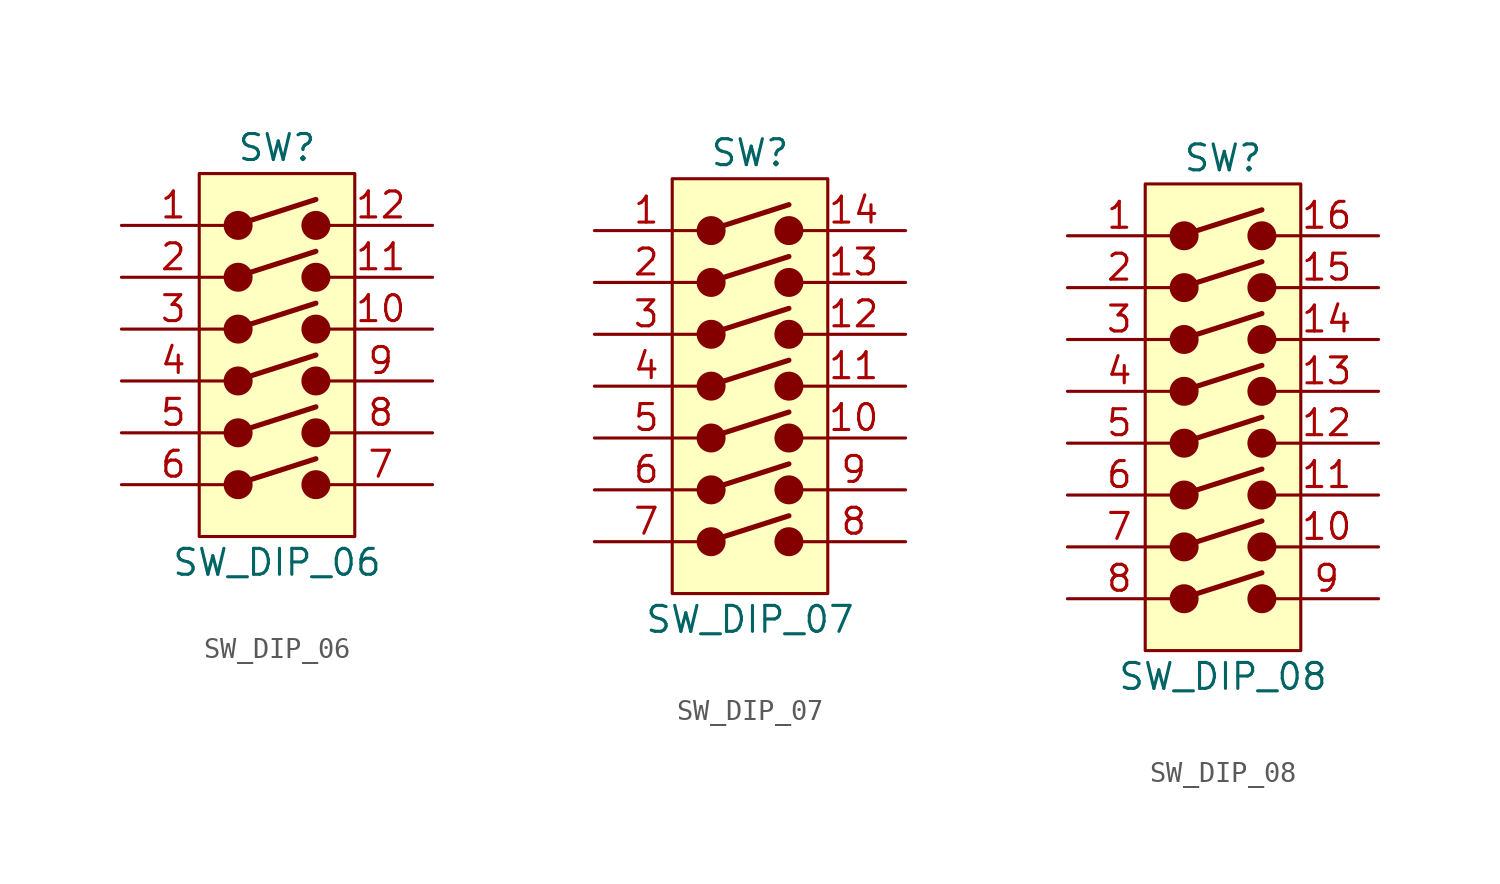
<source format=kicad_sym>
(kicad_symbol_lib
  (version 20220914)
  (generator kicad_symbol_editor)
  (symbol "SW_DIP_06"
    (pin_names
      (offset 0.002) hide)
    (property "Reference" "SW"
      (at 0 8.89 0)
      (effects (font (size 1.27 1.27))))
    (property "Value" "SW_DIP_06"
      (at 0 -11.43 0)
      (effects (font (size 1.27 1.27))))
    (symbol "SW_DIP_06_0_0"
      (circle (center -1.905 -7.62) (radius 0.635) (stroke (width 0) (type default)) (fill (type outline)))
      (circle (center -1.905 -5.08) (radius 0.635) (stroke (width 0) (type default)) (fill (type outline)))
      (circle (center -1.905 -2.54) (radius 0.635) (stroke (width 0) (type default)) (fill (type outline)))
      (circle (center -1.905 0) (radius 0.635) (stroke (width 0) (type default)) (fill (type outline)))
      (circle (center -1.905 2.54) (radius 0.635) (stroke (width 0) (type default)) (fill (type outline)))
      (circle (center -1.905 5.08) (radius 0.635) (stroke (width 0) (type default)) (fill (type outline)))
      (polyline (pts (xy -1.27 -7.366) (xy 1.905 -6.35)) (stroke (width 0.254) (type default)) (fill (type none)))
      (polyline (pts (xy -1.27 -4.826) (xy 1.905 -3.81)) (stroke (width 0.254) (type default)) (fill (type none)))
      (polyline (pts (xy -1.27 -2.286) (xy 1.905 -1.27)) (stroke (width 0.254) (type default)) (fill (type none)))
      (polyline (pts (xy -1.27 0.254) (xy 1.905 1.27)) (stroke (width 0.254) (type default)) (fill (type none)))
      (polyline (pts (xy -1.27 2.794) (xy 1.905 3.81)) (stroke (width 0.254) (type default)) (fill (type none)))
      (polyline (pts (xy -1.27 5.334) (xy 1.905 6.35)) (stroke (width 0.254) (type default)) (fill (type none)))
      (circle (center 1.905 -7.62) (radius 0.635) (stroke (width 0) (type default)) (fill (type outline)))
      (circle (center 1.905 -5.08) (radius 0.635) (stroke (width 0) (type default)) (fill (type outline)))
      (circle (center 1.905 -2.54) (radius 0.635) (stroke (width 0) (type default)) (fill (type outline)))
      (circle (center 1.905 0) (radius 0.635) (stroke (width 0) (type default)) (fill (type outline)))
      (circle (center 1.905 2.54) (radius 0.635) (stroke (width 0) (type default)) (fill (type outline)))
      (circle (center 1.905 5.08) (radius 0.635) (stroke (width 0) (type default)) (fill (type outline))))
    (symbol "SW_DIP_06_0_1"
      (rectangle (start -3.81 7.62) (end 3.81 -10.16) (stroke (width 0.152) (type default)) (fill (type background))))
    (symbol "SW_DIP_06_1_1"
      (pin passive line (at -7.62 5.08 0) (length 5.08) (name "a" (effects (font (size 1.27 1.27)))) (number "1" (effects (font (size 1.27 1.27)))))
      (pin passive line (at 7.62 0 180) (length 5.08) (name "~" (effects (font (size 1.27 1.27)))) (number "10" (effects (font (size 1.27 1.27)))))
      (pin passive line (at 7.62 2.54 180) (length 5.08) (name "~" (effects (font (size 1.27 1.27)))) (number "11" (effects (font (size 1.27 1.27)))))
      (pin passive line (at 7.62 5.08 180) (length 5.08) (name "~" (effects (font (size 1.27 1.27)))) (number "12" (effects (font (size 1.27 1.27)))))
      (pin passive line (at -7.62 2.54 0) (length 5.08) (name "~" (effects (font (size 1.27 1.27)))) (number "2" (effects (font (size 1.27 1.27)))))
      (pin passive line (at -7.62 0 0) (length 5.08) (name "~" (effects (font (size 1.27 1.27)))) (number "3" (effects (font (size 1.27 1.27)))))
      (pin passive line (at -7.62 -2.54 0) (length 5.08) (name "~" (effects (font (size 1.27 1.27)))) (number "4" (effects (font (size 1.27 1.27)))))
      (pin passive line (at -7.62 -5.08 0) (length 5.08) (name "~" (effects (font (size 1.27 1.27)))) (number "5" (effects (font (size 1.27 1.27)))))
      (pin passive line (at -7.62 -7.62 0) (length 5.08) (name "~" (effects (font (size 1.27 1.27)))) (number "6" (effects (font (size 1.27 1.27)))))
      (pin passive line (at 7.62 -7.62 180) (length 5.08) (name "~" (effects (font (size 1.27 1.27)))) (number "7" (effects (font (size 1.27 1.27)))))
      (pin passive line (at 7.62 -5.08 180) (length 5.08) (name "~" (effects (font (size 1.27 1.27)))) (number "8" (effects (font (size 1.27 1.27)))))
      (pin passive line (at 7.62 -2.54 180) (length 5.08) (name "~" (effects (font (size 1.27 1.27)))) (number "9" (effects (font (size 1.27 1.27)))))))
  (symbol "SW_DIP_07"
    (pin_names
      (offset 0.002) hide)
    (property "Reference" "SW"
      (at 0 11.43 0)
      (effects (font (size 1.27 1.27))))
    (property "Value" "SW_DIP_07"
      (at 0 -11.43 0)
      (effects (font (size 1.27 1.27))))
    (symbol "SW_DIP_07_0_0"
      (circle (center -1.905 -7.62) (radius 0.635) (stroke (width 0) (type default)) (fill (type outline)))
      (circle (center -1.905 -5.08) (radius 0.635) (stroke (width 0) (type default)) (fill (type outline)))
      (circle (center -1.905 -2.54) (radius 0.635) (stroke (width 0) (type default)) (fill (type outline)))
      (circle (center -1.905 0) (radius 0.635) (stroke (width 0) (type default)) (fill (type outline)))
      (circle (center -1.905 2.54) (radius 0.635) (stroke (width 0) (type default)) (fill (type outline)))
      (circle (center -1.905 5.08) (radius 0.635) (stroke (width 0) (type default)) (fill (type outline)))
      (circle (center -1.905 7.62) (radius 0.635) (stroke (width 0) (type default)) (fill (type outline)))
      (polyline (pts (xy -1.27 -7.366) (xy 1.905 -6.35)) (stroke (width 0.254) (type default)) (fill (type none)))
      (polyline (pts (xy -1.27 -4.826) (xy 1.905 -3.81)) (stroke (width 0.254) (type default)) (fill (type none)))
      (polyline (pts (xy -1.27 -2.286) (xy 1.905 -1.27)) (stroke (width 0.254) (type default)) (fill (type none)))
      (polyline (pts (xy -1.27 0.254) (xy 1.905 1.27)) (stroke (width 0.254) (type default)) (fill (type none)))
      (polyline (pts (xy -1.27 2.794) (xy 1.905 3.81)) (stroke (width 0.254) (type default)) (fill (type none)))
      (polyline (pts (xy -1.27 5.334) (xy 1.905 6.35)) (stroke (width 0.254) (type default)) (fill (type none)))
      (polyline (pts (xy -1.27 7.874) (xy 1.905 8.89)) (stroke (width 0.254) (type default)) (fill (type none)))
      (circle (center 1.905 -7.62) (radius 0.635) (stroke (width 0) (type default)) (fill (type outline)))
      (circle (center 1.905 -5.08) (radius 0.635) (stroke (width 0) (type default)) (fill (type outline)))
      (circle (center 1.905 -2.54) (radius 0.635) (stroke (width 0) (type default)) (fill (type outline)))
      (circle (center 1.905 0) (radius 0.635) (stroke (width 0) (type default)) (fill (type outline)))
      (circle (center 1.905 2.54) (radius 0.635) (stroke (width 0) (type default)) (fill (type outline)))
      (circle (center 1.905 5.08) (radius 0.635) (stroke (width 0) (type default)) (fill (type outline)))
      (circle (center 1.905 7.62) (radius 0.635) (stroke (width 0) (type default)) (fill (type outline))))
    (symbol "SW_DIP_07_0_1"
      (rectangle (start -3.81 10.16) (end 3.81 -10.16) (stroke (width 0.152) (type default)) (fill (type background))))
    (symbol "SW_DIP_07_1_1"
      (pin passive line (at -7.62 7.62 0) (length 5.08) (name "a" (effects (font (size 1.27 1.27)))) (number "1" (effects (font (size 1.27 1.27)))))
      (pin passive line (at 7.62 -2.54 180) (length 5.08) (name "~" (effects (font (size 1.27 1.27)))) (number "10" (effects (font (size 1.27 1.27)))))
      (pin passive line (at 7.62 0 180) (length 5.08) (name "~" (effects (font (size 1.27 1.27)))) (number "11" (effects (font (size 1.27 1.27)))))
      (pin passive line (at 7.62 2.54 180) (length 5.08) (name "~" (effects (font (size 1.27 1.27)))) (number "12" (effects (font (size 1.27 1.27)))))
      (pin passive line (at 7.62 5.08 180) (length 5.08) (name "~" (effects (font (size 1.27 1.27)))) (number "13" (effects (font (size 1.27 1.27)))))
      (pin passive line (at 7.62 7.62 180) (length 5.08) (name "~" (effects (font (size 1.27 1.27)))) (number "14" (effects (font (size 1.27 1.27)))))
      (pin passive line (at -7.62 5.08 0) (length 5.08) (name "~" (effects (font (size 1.27 1.27)))) (number "2" (effects (font (size 1.27 1.27)))))
      (pin passive line (at -7.62 2.54 0) (length 5.08) (name "~" (effects (font (size 1.27 1.27)))) (number "3" (effects (font (size 1.27 1.27)))))
      (pin passive line (at -7.62 0 0) (length 5.08) (name "~" (effects (font (size 1.27 1.27)))) (number "4" (effects (font (size 1.27 1.27)))))
      (pin passive line (at -7.62 -2.54 0) (length 5.08) (name "~" (effects (font (size 1.27 1.27)))) (number "5" (effects (font (size 1.27 1.27)))))
      (pin passive line (at -7.62 -5.08 0) (length 5.08) (name "~" (effects (font (size 1.27 1.27)))) (number "6" (effects (font (size 1.27 1.27)))))
      (pin passive line (at -7.62 -7.62 0) (length 5.08) (name "~" (effects (font (size 1.27 1.27)))) (number "7" (effects (font (size 1.27 1.27)))))
      (pin passive line (at 7.62 -7.62 180) (length 5.08) (name "~" (effects (font (size 1.27 1.27)))) (number "8" (effects (font (size 1.27 1.27)))))
      (pin passive line (at 7.62 -5.08 180) (length 5.08) (name "~" (effects (font (size 1.27 1.27)))) (number "9" (effects (font (size 1.27 1.27)))))))
  (symbol "SW_DIP_08"
    (pin_names
      (offset 0.002) hide)
    (property "Reference" "SW"
      (at 0 11.43 0)
      (effects (font (size 1.27 1.27))))
    (property "Value" "SW_DIP_08"
      (at 0 -13.97 0)
      (effects (font (size 1.27 1.27))))
    (symbol "SW_DIP_08_0_0"
      (circle (center -1.905 -10.16) (radius 0.635) (stroke (width 0) (type default)) (fill (type outline)))
      (circle (center -1.905 -7.62) (radius 0.635) (stroke (width 0) (type default)) (fill (type outline)))
      (circle (center -1.905 -5.08) (radius 0.635) (stroke (width 0) (type default)) (fill (type outline)))
      (circle (center -1.905 -2.54) (radius 0.635) (stroke (width 0) (type default)) (fill (type outline)))
      (circle (center -1.905 0) (radius 0.635) (stroke (width 0) (type default)) (fill (type outline)))
      (circle (center -1.905 2.54) (radius 0.635) (stroke (width 0) (type default)) (fill (type outline)))
      (circle (center -1.905 5.08) (radius 0.635) (stroke (width 0) (type default)) (fill (type outline)))
      (circle (center -1.905 7.62) (radius 0.635) (stroke (width 0) (type default)) (fill (type outline)))
      (polyline (pts (xy -1.27 -9.906) (xy 1.905 -8.89)) (stroke (width 0.254) (type default)) (fill (type none)))
      (polyline (pts (xy -1.27 -7.366) (xy 1.905 -6.35)) (stroke (width 0.254) (type default)) (fill (type none)))
      (polyline (pts (xy -1.27 -4.826) (xy 1.905 -3.81)) (stroke (width 0.254) (type default)) (fill (type none)))
      (polyline (pts (xy -1.27 -2.286) (xy 1.905 -1.27)) (stroke (width 0.254) (type default)) (fill (type none)))
      (polyline (pts (xy -1.27 0.254) (xy 1.905 1.27)) (stroke (width 0.254) (type default)) (fill (type none)))
      (polyline (pts (xy -1.27 2.794) (xy 1.905 3.81)) (stroke (width 0.254) (type default)) (fill (type none)))
      (polyline (pts (xy -1.27 5.334) (xy 1.905 6.35)) (stroke (width 0.254) (type default)) (fill (type none)))
      (polyline (pts (xy -1.27 7.874) (xy 1.905 8.89)) (stroke (width 0.254) (type default)) (fill (type none)))
      (circle (center 1.905 -10.16) (radius 0.635) (stroke (width 0) (type default)) (fill (type outline)))
      (circle (center 1.905 -7.62) (radius 0.635) (stroke (width 0) (type default)) (fill (type outline)))
      (circle (center 1.905 -5.08) (radius 0.635) (stroke (width 0) (type default)) (fill (type outline)))
      (circle (center 1.905 -2.54) (radius 0.635) (stroke (width 0) (type default)) (fill (type outline)))
      (circle (center 1.905 0) (radius 0.635) (stroke (width 0) (type default)) (fill (type outline)))
      (circle (center 1.905 2.54) (radius 0.635) (stroke (width 0) (type default)) (fill (type outline)))
      (circle (center 1.905 5.08) (radius 0.635) (stroke (width 0) (type default)) (fill (type outline)))
      (circle (center 1.905 7.62) (radius 0.635) (stroke (width 0) (type default)) (fill (type outline))))
    (symbol "SW_DIP_08_0_1"
      (rectangle (start -3.81 10.16) (end 3.81 -12.7) (stroke (width 0.152) (type default)) (fill (type background))))
    (symbol "SW_DIP_08_1_1"
      (pin passive line (at -7.62 7.62 0) (length 5.08) (name "a" (effects (font (size 1.27 1.27)))) (number "1" (effects (font (size 1.27 1.27)))))
      (pin passive line (at 7.62 -7.62 180) (length 5.08) (name "~" (effects (font (size 1.27 1.27)))) (number "10" (effects (font (size 1.27 1.27)))))
      (pin passive line (at 7.62 -5.08 180) (length 5.08) (name "~" (effects (font (size 1.27 1.27)))) (number "11" (effects (font (size 1.27 1.27)))))
      (pin passive line (at 7.62 -2.54 180) (length 5.08) (name "~" (effects (font (size 1.27 1.27)))) (number "12" (effects (font (size 1.27 1.27)))))
      (pin passive line (at 7.62 0 180) (length 5.08) (name "~" (effects (font (size 1.27 1.27)))) (number "13" (effects (font (size 1.27 1.27)))))
      (pin passive line (at 7.62 2.54 180) (length 5.08) (name "~" (effects (font (size 1.27 1.27)))) (number "14" (effects (font (size 1.27 1.27)))))
      (pin passive line (at 7.62 5.08 180) (length 5.08) (name "~" (effects (font (size 1.27 1.27)))) (number "15" (effects (font (size 1.27 1.27)))))
      (pin passive line (at 7.62 7.62 180) (length 5.08) (name "~" (effects (font (size 1.27 1.27)))) (number "16" (effects (font (size 1.27 1.27)))))
      (pin passive line (at -7.62 5.08 0) (length 5.08) (name "~" (effects (font (size 1.27 1.27)))) (number "2" (effects (font (size 1.27 1.27)))))
      (pin passive line (at -7.62 2.54 0) (length 5.08) (name "~" (effects (font (size 1.27 1.27)))) (number "3" (effects (font (size 1.27 1.27)))))
      (pin passive line (at -7.62 0 0) (length 5.08) (name "~" (effects (font (size 1.27 1.27)))) (number "4" (effects (font (size 1.27 1.27)))))
      (pin passive line (at -7.62 -2.54 0) (length 5.08) (name "~" (effects (font (size 1.27 1.27)))) (number "5" (effects (font (size 1.27 1.27)))))
      (pin passive line (at -7.62 -5.08 0) (length 5.08) (name "~" (effects (font (size 1.27 1.27)))) (number "6" (effects (font (size 1.27 1.27)))))
      (pin passive line (at -7.62 -7.62 0) (length 5.08) (name "~" (effects (font (size 1.27 1.27)))) (number "7" (effects (font (size 1.27 1.27)))))
      (pin passive line (at -7.62 -10.16 0) (length 5.08) (name "~" (effects (font (size 1.27 1.27)))) (number "8" (effects (font (size 1.27 1.27)))))
      (pin passive line (at 7.62 -10.16 180) (length 5.08) (name "~" (effects (font (size 1.27 1.27)))) (number "9" (effects (font (size 1.27 1.27))))))))
</source>
